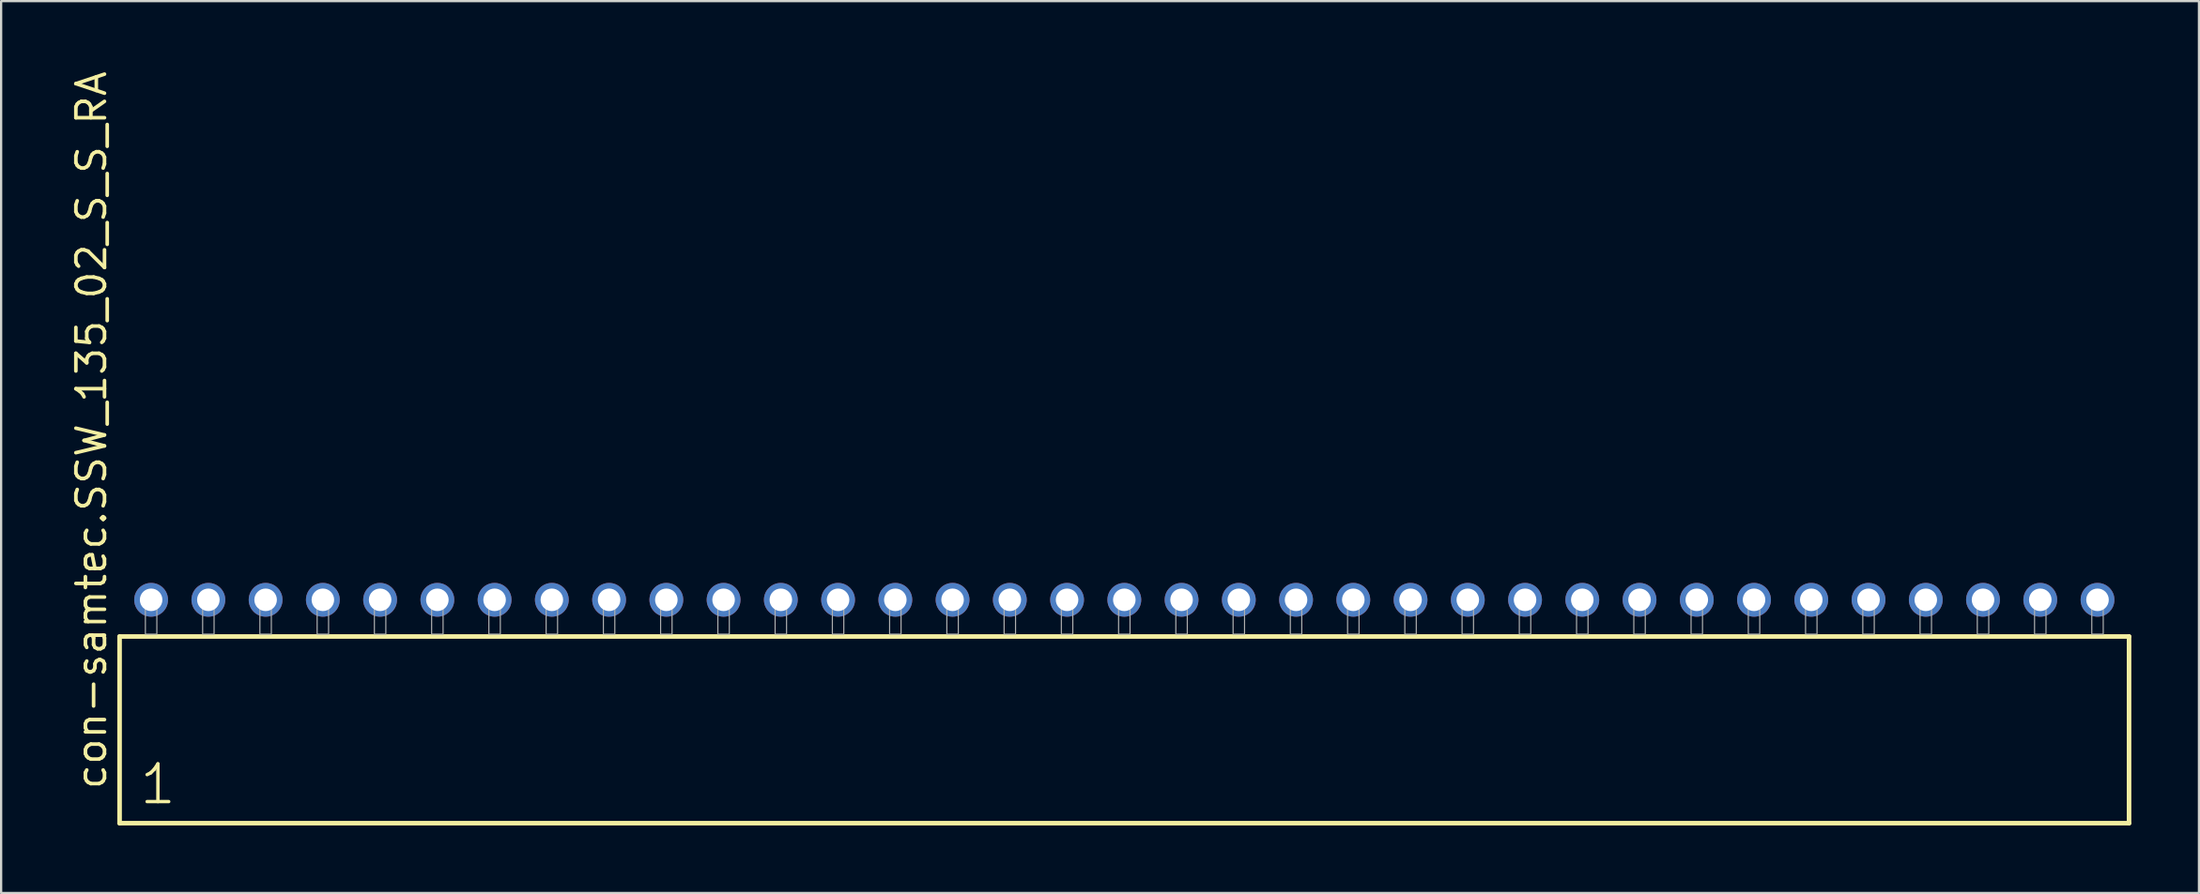
<source format=kicad_pcb>
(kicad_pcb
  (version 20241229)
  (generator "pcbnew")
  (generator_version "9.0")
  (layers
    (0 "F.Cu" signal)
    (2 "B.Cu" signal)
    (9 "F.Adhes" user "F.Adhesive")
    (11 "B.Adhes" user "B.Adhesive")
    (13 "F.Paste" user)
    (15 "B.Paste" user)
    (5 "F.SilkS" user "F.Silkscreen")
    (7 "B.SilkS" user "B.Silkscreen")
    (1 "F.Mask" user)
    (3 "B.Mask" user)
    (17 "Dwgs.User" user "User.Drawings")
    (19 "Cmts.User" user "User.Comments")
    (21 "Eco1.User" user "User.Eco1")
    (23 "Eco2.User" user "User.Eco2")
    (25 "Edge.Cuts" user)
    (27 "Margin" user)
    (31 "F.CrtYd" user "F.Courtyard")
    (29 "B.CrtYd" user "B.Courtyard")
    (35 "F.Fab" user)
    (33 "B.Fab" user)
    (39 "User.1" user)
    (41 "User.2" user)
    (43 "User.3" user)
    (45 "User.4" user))
  (footprint "con-samtec.SSW_135_02_S_S_RA"
    (layer "F.Cu")
    (at 46.835 25.112)
    (property "Reference" "con-samtec.SSW_135_02_S_S_RA" (at -45.085 6.985 90) (layer "F.SilkS") (effects (font (size 1.27 1.27) (thickness 0.16)) (justify left bottom)))
    (attr through_hole)
    (fp_line (start -44.579 0.106) (end -44.579 8.396) (stroke (width 0.203) (type default)) (layer "F.SilkS"))
    (fp_line (start -44.579 8.396) (end 44.579 8.396) (stroke (width 0.203) (type default)) (layer "F.SilkS"))
    (fp_line (start 44.579 0.106) (end -44.579 0.106) (stroke (width 0.203) (type default)) (layer "F.SilkS"))
    (fp_line (start 44.579 8.396) (end 44.579 0.106) (stroke (width 0.203) (type default)) (layer "F.SilkS"))
    (fp_rect (start -43.434 0) (end -42.926 -1.778) (stroke (width 0.05) (type default)) (fill no) (layer "F.Fab"))
    (fp_rect (start -40.894 0) (end -40.386 -1.778) (stroke (width 0.05) (type default)) (fill no) (layer "F.Fab"))
    (fp_rect (start -38.354 0) (end -37.846 -1.778) (stroke (width 0.05) (type default)) (fill no) (layer "F.Fab"))
    (fp_rect (start -35.814 0) (end -35.306 -1.778) (stroke (width 0.05) (type default)) (fill no) (layer "F.Fab"))
    (fp_rect (start -33.274 0) (end -32.766 -1.778) (stroke (width 0.05) (type default)) (fill no) (layer "F.Fab"))
    (fp_rect (start -30.734 0) (end -30.226 -1.778) (stroke (width 0.05) (type default)) (fill no) (layer "F.Fab"))
    (fp_rect (start -28.194 0) (end -27.686 -1.778) (stroke (width 0.05) (type default)) (fill no) (layer "F.Fab"))
    (fp_rect (start -25.654 0) (end -25.146 -1.778) (stroke (width 0.05) (type default)) (fill no) (layer "F.Fab"))
    (fp_rect (start -23.114 0) (end -22.606 -1.778) (stroke (width 0.05) (type default)) (fill no) (layer "F.Fab"))
    (fp_rect (start -20.574 0) (end -20.066 -1.778) (stroke (width 0.05) (type default)) (fill no) (layer "F.Fab"))
    (fp_rect (start -18.034 0) (end -17.526 -1.778) (stroke (width 0.05) (type default)) (fill no) (layer "F.Fab"))
    (fp_rect (start -15.494 0) (end -14.986 -1.778) (stroke (width 0.05) (type default)) (fill no) (layer "F.Fab"))
    (fp_rect (start -12.954 0) (end -12.446 -1.778) (stroke (width 0.05) (type default)) (fill no) (layer "F.Fab"))
    (fp_rect (start -10.414 0) (end -9.906 -1.778) (stroke (width 0.05) (type default)) (fill no) (layer "F.Fab"))
    (fp_rect (start -7.874 0) (end -7.366 -1.778) (stroke (width 0.05) (type default)) (fill no) (layer "F.Fab"))
    (fp_rect (start -5.334 0) (end -4.826 -1.778) (stroke (width 0.05) (type default)) (fill no) (layer "F.Fab"))
    (fp_rect (start -2.794 0) (end -2.286 -1.778) (stroke (width 0.05) (type default)) (fill no) (layer "F.Fab"))
    (fp_rect (start -0.254 0) (end 0.254 -1.778) (stroke (width 0.05) (type default)) (fill no) (layer "F.Fab"))
    (fp_rect (start 2.286 0) (end 2.794 -1.778) (stroke (width 0.05) (type default)) (fill no) (layer "F.Fab"))
    (fp_rect (start 4.826 0) (end 5.334 -1.778) (stroke (width 0.05) (type default)) (fill no) (layer "F.Fab"))
    (fp_rect (start 7.366 0) (end 7.874 -1.778) (stroke (width 0.05) (type default)) (fill no) (layer "F.Fab"))
    (fp_rect (start 9.906 0) (end 10.414 -1.778) (stroke (width 0.05) (type default)) (fill no) (layer "F.Fab"))
    (fp_rect (start 12.446 0) (end 12.954 -1.778) (stroke (width 0.05) (type default)) (fill no) (layer "F.Fab"))
    (fp_rect (start 14.986 0) (end 15.494 -1.778) (stroke (width 0.05) (type default)) (fill no) (layer "F.Fab"))
    (fp_rect (start 17.526 0) (end 18.034 -1.778) (stroke (width 0.05) (type default)) (fill no) (layer "F.Fab"))
    (fp_rect (start 20.066 0) (end 20.574 -1.778) (stroke (width 0.05) (type default)) (fill no) (layer "F.Fab"))
    (fp_rect (start 22.606 0) (end 23.114 -1.778) (stroke (width 0.05) (type default)) (fill no) (layer "F.Fab"))
    (fp_rect (start 25.146 0) (end 25.654 -1.778) (stroke (width 0.05) (type default)) (fill no) (layer "F.Fab"))
    (fp_rect (start 27.686 0) (end 28.194 -1.778) (stroke (width 0.05) (type default)) (fill no) (layer "F.Fab"))
    (fp_rect (start 30.226 0) (end 30.734 -1.778) (stroke (width 0.05) (type default)) (fill no) (layer "F.Fab"))
    (fp_rect (start 32.766 0) (end 33.274 -1.778) (stroke (width 0.05) (type default)) (fill no) (layer "F.Fab"))
    (fp_rect (start 35.306 0) (end 35.814 -1.778) (stroke (width 0.05) (type default)) (fill no) (layer "F.Fab"))
    (fp_rect (start 37.846 0) (end 38.354 -1.778) (stroke (width 0.05) (type default)) (fill no) (layer "F.Fab"))
    (fp_rect (start 40.386 0) (end 40.894 -1.778) (stroke (width 0.05) (type default)) (fill no) (layer "F.Fab"))
    (fp_rect (start 42.926 0) (end 43.434 -1.778) (stroke (width 0.05) (type default)) (fill no) (layer "F.Fab"))
    (fp_text user "1" (at -43.775 7.65 0) (layer "F.SilkS") (effects (font (size 1.676 1.676) (thickness 0.15)) (justify left bottom)))
    (pad "1" thru_hole circle (at -43.18 -1.524) (size 1.5 1.5) (drill 1) (layers "*.Cu" "*.Mask"))
    (pad "2" thru_hole circle (at -40.64 -1.524) (size 1.5 1.5) (drill 1) (layers "*.Cu" "*.Mask"))
    (pad "3" thru_hole circle (at -38.1 -1.524) (size 1.5 1.5) (drill 1) (layers "*.Cu" "*.Mask"))
    (pad "4" thru_hole circle (at -35.56 -1.524) (size 1.5 1.5) (drill 1) (layers "*.Cu" "*.Mask"))
    (pad "5" thru_hole circle (at -33.02 -1.524) (size 1.5 1.5) (drill 1) (layers "*.Cu" "*.Mask"))
    (pad "6" thru_hole circle (at -30.48 -1.524) (size 1.5 1.5) (drill 1) (layers "*.Cu" "*.Mask"))
    (pad "7" thru_hole circle (at -27.94 -1.524) (size 1.5 1.5) (drill 1) (layers "*.Cu" "*.Mask"))
    (pad "8" thru_hole circle (at -25.4 -1.524) (size 1.5 1.5) (drill 1) (layers "*.Cu" "*.Mask"))
    (pad "9" thru_hole circle (at -22.86 -1.524) (size 1.5 1.5) (drill 1) (layers "*.Cu" "*.Mask"))
    (pad "10" thru_hole circle (at -20.32 -1.524) (size 1.5 1.5) (drill 1) (layers "*.Cu" "*.Mask"))
    (pad "11" thru_hole circle (at -17.78 -1.524) (size 1.5 1.5) (drill 1) (layers "*.Cu" "*.Mask"))
    (pad "12" thru_hole circle (at -15.24 -1.524) (size 1.5 1.5) (drill 1) (layers "*.Cu" "*.Mask"))
    (pad "13" thru_hole circle (at -12.7 -1.524) (size 1.5 1.5) (drill 1) (layers "*.Cu" "*.Mask"))
    (pad "14" thru_hole circle (at -10.16 -1.524) (size 1.5 1.5) (drill 1) (layers "*.Cu" "*.Mask"))
    (pad "15" thru_hole circle (at -7.62 -1.524) (size 1.5 1.5) (drill 1) (layers "*.Cu" "*.Mask"))
    (pad "16" thru_hole circle (at -5.08 -1.524) (size 1.5 1.5) (drill 1) (layers "*.Cu" "*.Mask"))
    (pad "17" thru_hole circle (at -2.54 -1.524) (size 1.5 1.5) (drill 1) (layers "*.Cu" "*.Mask"))
    (pad "18" thru_hole circle (at 0 -1.524) (size 1.5 1.5) (drill 1) (layers "*.Cu" "*.Mask"))
    (pad "19" thru_hole circle (at 2.54 -1.524) (size 1.5 1.5) (drill 1) (layers "*.Cu" "*.Mask"))
    (pad "20" thru_hole circle (at 5.08 -1.524) (size 1.5 1.5) (drill 1) (layers "*.Cu" "*.Mask"))
    (pad "21" thru_hole circle (at 7.62 -1.524) (size 1.5 1.5) (drill 1) (layers "*.Cu" "*.Mask"))
    (pad "22" thru_hole circle (at 10.16 -1.524) (size 1.5 1.5) (drill 1) (layers "*.Cu" "*.Mask"))
    (pad "23" thru_hole circle (at 12.7 -1.524) (size 1.5 1.5) (drill 1) (layers "*.Cu" "*.Mask"))
    (pad "24" thru_hole circle (at 15.24 -1.524) (size 1.5 1.5) (drill 1) (layers "*.Cu" "*.Mask"))
    (pad "25" thru_hole circle (at 17.78 -1.524) (size 1.5 1.5) (drill 1) (layers "*.Cu" "*.Mask"))
    (pad "26" thru_hole circle (at 20.32 -1.524) (size 1.5 1.5) (drill 1) (layers "*.Cu" "*.Mask"))
    (pad "27" thru_hole circle (at 22.86 -1.524) (size 1.5 1.5) (drill 1) (layers "*.Cu" "*.Mask"))
    (pad "28" thru_hole circle (at 25.4 -1.524) (size 1.5 1.5) (drill 1) (layers "*.Cu" "*.Mask"))
    (pad "29" thru_hole circle (at 27.94 -1.524) (size 1.5 1.5) (drill 1) (layers "*.Cu" "*.Mask"))
    (pad "30" thru_hole circle (at 30.48 -1.524) (size 1.5 1.5) (drill 1) (layers "*.Cu" "*.Mask"))
    (pad "31" thru_hole circle (at 33.02 -1.524) (size 1.5 1.5) (drill 1) (layers "*.Cu" "*.Mask"))
    (pad "32" thru_hole circle (at 35.56 -1.524) (size 1.5 1.5) (drill 1) (layers "*.Cu" "*.Mask"))
    (pad "33" thru_hole circle (at 38.1 -1.524) (size 1.5 1.5) (drill 1) (layers "*.Cu" "*.Mask"))
    (pad "34" thru_hole circle (at 40.64 -1.524) (size 1.5 1.5) (drill 1) (layers "*.Cu" "*.Mask"))
    (pad "35" thru_hole circle (at 43.18 -1.524) (size 1.5 1.5) (drill 1) (layers "*.Cu" "*.Mask")))
  (gr_rect
    (start -3 -3)
    (end 94.516 36.61)
    (stroke (width 0.1) (type default))
    (fill no)
    (layer "Edge.Cuts")))
</source>
